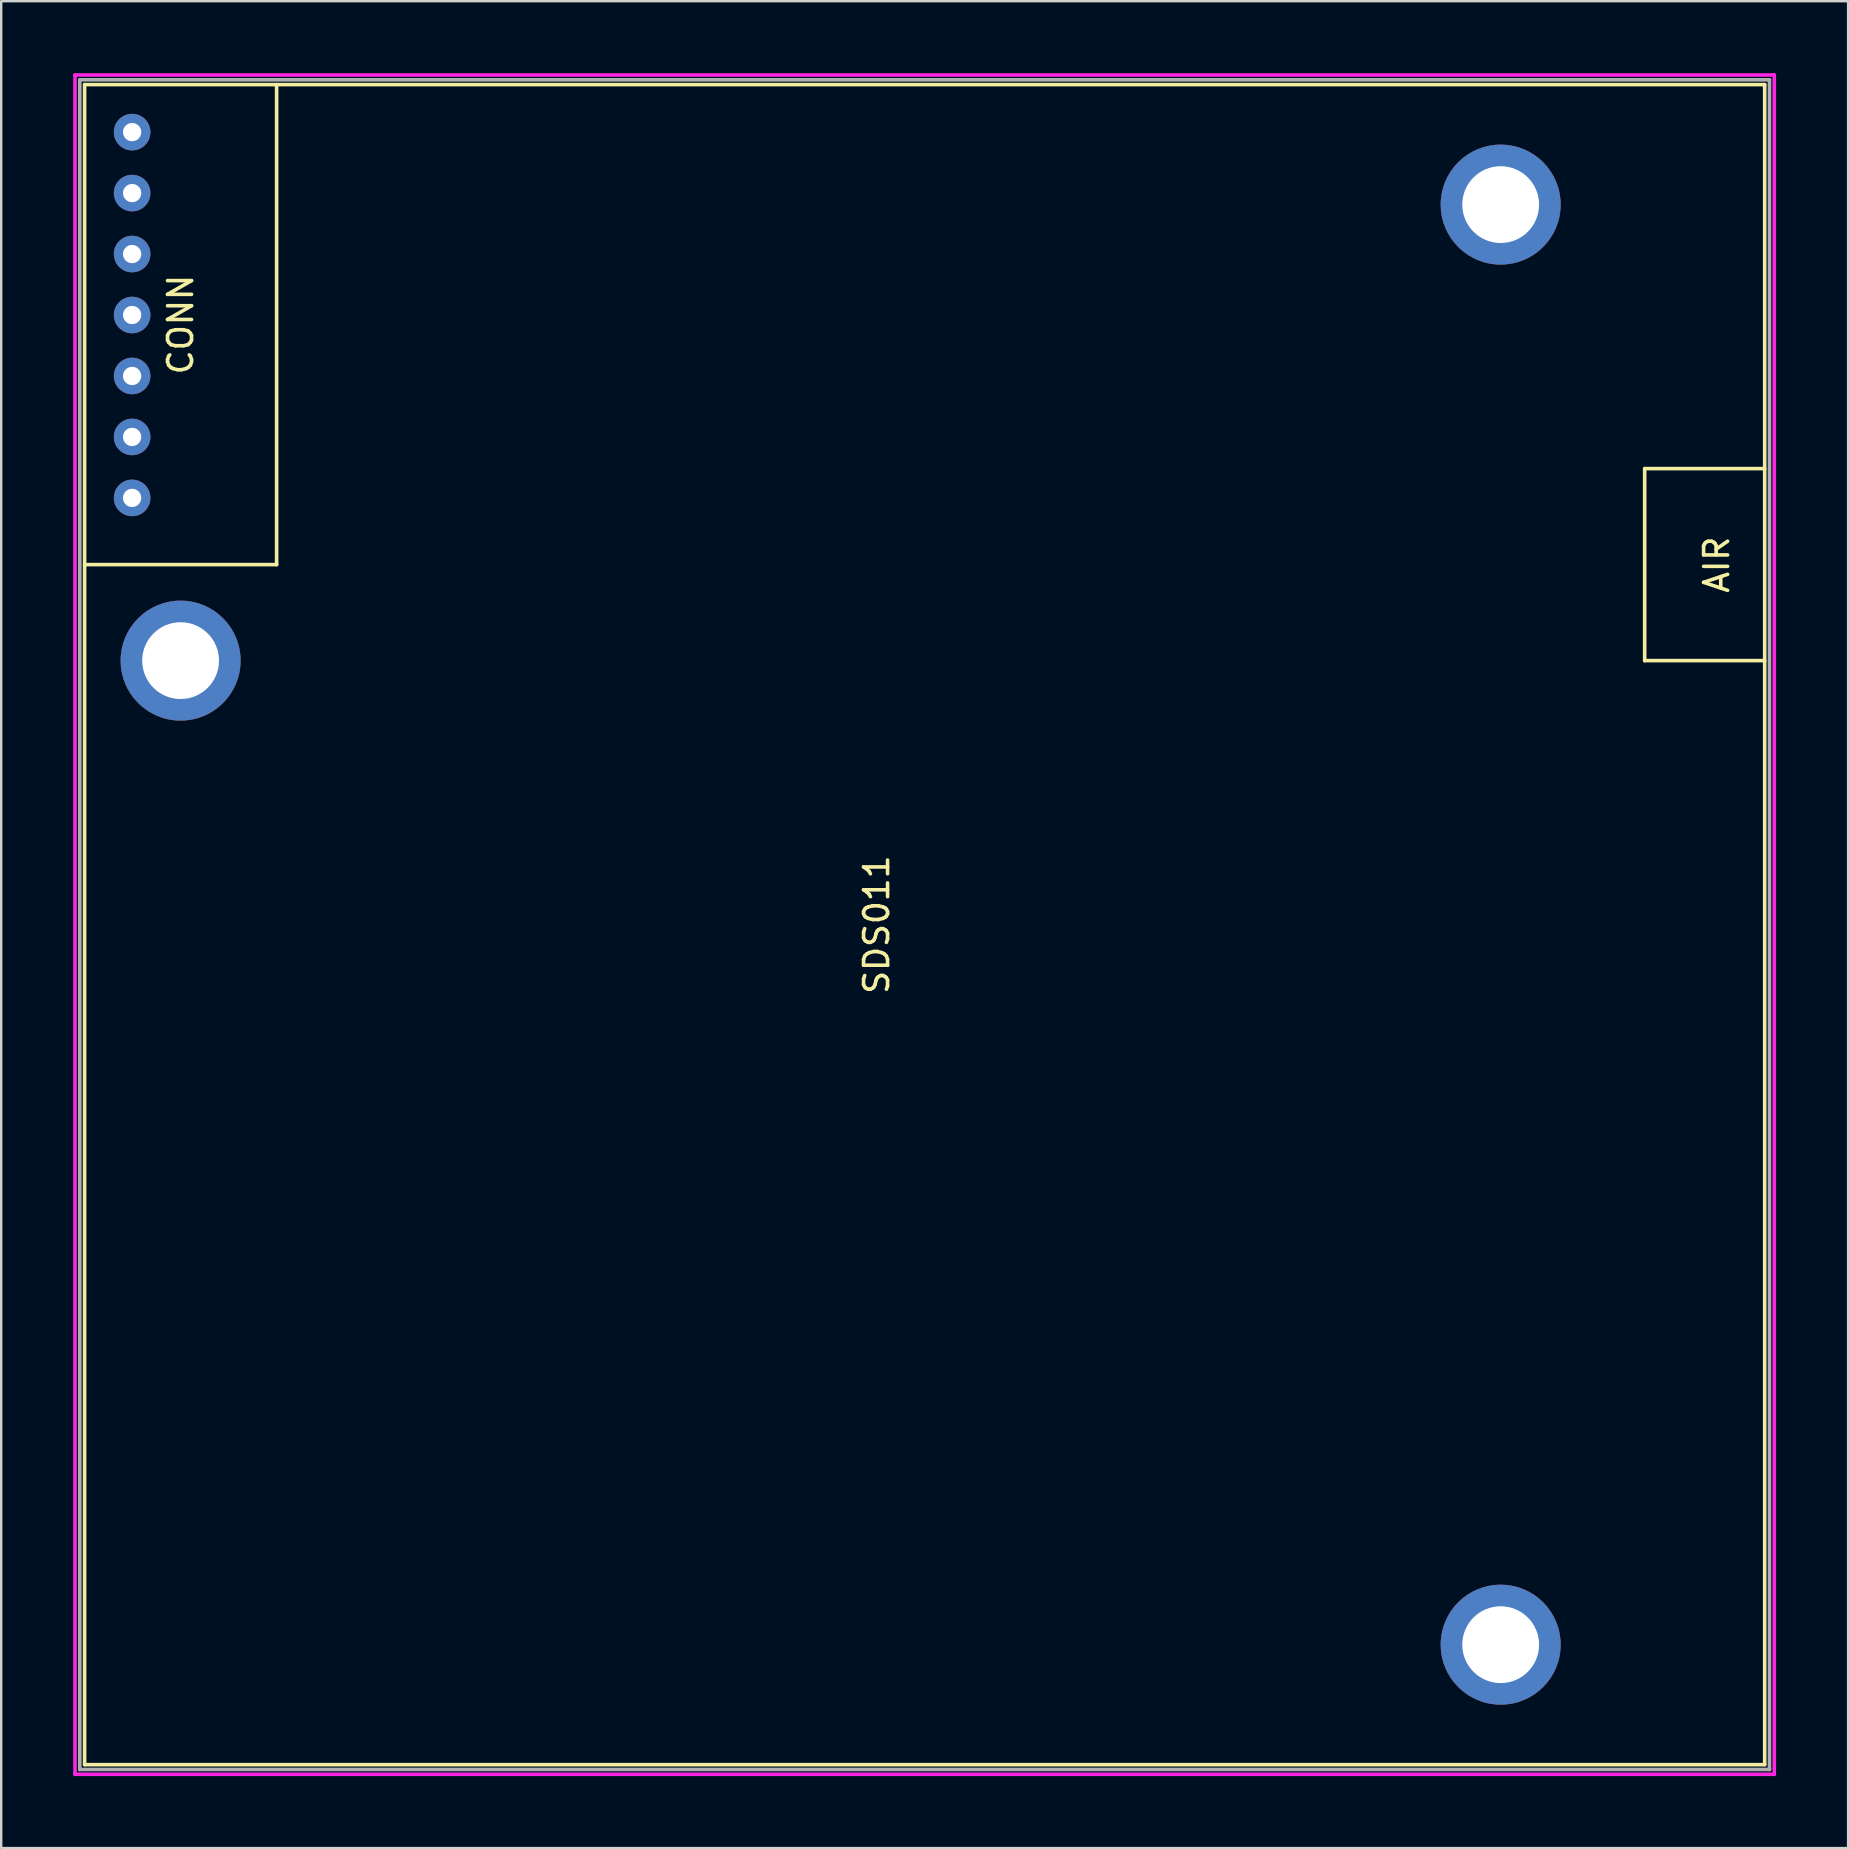
<source format=kicad_pcb>
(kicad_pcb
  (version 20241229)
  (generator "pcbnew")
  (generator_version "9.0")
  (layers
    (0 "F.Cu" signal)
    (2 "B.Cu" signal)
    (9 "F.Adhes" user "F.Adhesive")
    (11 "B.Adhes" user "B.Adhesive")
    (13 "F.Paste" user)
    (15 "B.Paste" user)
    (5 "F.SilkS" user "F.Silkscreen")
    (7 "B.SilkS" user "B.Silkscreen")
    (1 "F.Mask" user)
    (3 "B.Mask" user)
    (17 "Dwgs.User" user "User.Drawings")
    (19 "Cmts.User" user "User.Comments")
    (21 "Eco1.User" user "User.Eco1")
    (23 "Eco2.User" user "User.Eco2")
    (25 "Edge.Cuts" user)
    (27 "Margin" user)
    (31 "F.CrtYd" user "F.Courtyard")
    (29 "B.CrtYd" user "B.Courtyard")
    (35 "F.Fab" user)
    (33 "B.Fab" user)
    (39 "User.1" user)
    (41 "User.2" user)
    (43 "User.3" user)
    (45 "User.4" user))
  (footprint "SDS011"
    (layer "F.Cu")
    (at 35.475 35.475)
    (property "Reference" "SDS011" (at -2 0 90) (layer "F.SilkS") (effects (font (size 1 1) (thickness 0.15))))
    (attr through_hole)
    (fp_line (start -35 -35) (end 35 -35) (stroke (width 0.15) (type solid)) (layer "F.SilkS"))
    (fp_line (start -35 35) (end -35 -35) (stroke (width 0.15) (type solid)) (layer "F.SilkS"))
    (fp_line (start -27 -35) (end -27 -15) (stroke (width 0.15) (type solid)) (layer "F.SilkS"))
    (fp_line (start -27 -15) (end -35 -15) (stroke (width 0.15) (type solid)) (layer "F.SilkS"))
    (fp_line (start 30 -19) (end 35 -19) (stroke (width 0.15) (type solid)) (layer "F.SilkS"))
    (fp_line (start 30 -11) (end 30 -19) (stroke (width 0.15) (type solid)) (layer "F.SilkS"))
    (fp_line (start 35 -35) (end 35 35) (stroke (width 0.15) (type solid)) (layer "F.SilkS"))
    (fp_line (start 35 -11) (end 30 -11) (stroke (width 0.15) (type solid)) (layer "F.SilkS"))
    (fp_line (start 35 35) (end -35 35) (stroke (width 0.15) (type solid)) (layer "F.SilkS"))
    (fp_line (start -35.4 -35.4) (end 35.4 -35.4) (stroke (width 0.15) (type solid)) (layer "F.CrtYd"))
    (fp_line (start -35.4 35.4) (end -35.4 -35.4) (stroke (width 0.15) (type solid)) (layer "F.CrtYd"))
    (fp_line (start 35.4 -35.4) (end 35.4 35.4) (stroke (width 0.15) (type solid)) (layer "F.CrtYd"))
    (fp_line (start 35.4 35.4) (end -35.4 35.4) (stroke (width 0.15) (type solid)) (layer "F.CrtYd"))
    (fp_line (start -35.2 -35.2) (end -35.2 35.2) (stroke (width 0.15) (type solid)) (layer "F.Fab"))
    (fp_line (start -35.2 35.2) (end 35.2 35.2) (stroke (width 0.15) (type solid)) (layer "F.Fab"))
    (fp_line (start 35.2 -35.2) (end -35.2 -35.2) (stroke (width 0.15) (type solid)) (layer "F.Fab"))
    (fp_line (start 35.2 35.2) (end 35.2 -35.2) (stroke (width 0.15) (type solid)) (layer "F.Fab"))
    (fp_text user "CONN" (at -31 -25 90) (layer "F.SilkS") (effects (font (size 1 1) (thickness 0.15))))
    (fp_text user "AIR" (at 33 -15 90) (layer "F.SilkS") (effects (font (size 1 1) (thickness 0.15))))
    (pad "" np_thru_hole circle (at -31 -11 90) (size 5 5) (drill 3.2) (layers "*.Cu" "*.Mask"))
    (pad "" np_thru_hole circle (at 24 -30 90) (size 5 5) (drill 3.2) (layers "*.Cu" "*.Mask"))
    (pad "" np_thru_hole circle (at 24 30 90) (size 5 5) (drill 3.2) (layers "*.Cu" "*.Mask"))
    (pad "1" thru_hole circle (at -33.02 -33.02) (size 1.524 1.524) (drill 0.762) (layers "*.Cu" "*.Mask"))
    (pad "2" thru_hole circle (at -33.02 -30.48) (size 1.524 1.524) (drill 0.762) (layers "*.Cu" "*.Mask"))
    (pad "3" thru_hole circle (at -33.02 -27.94) (size 1.524 1.524) (drill 0.762) (layers "*.Cu" "*.Mask"))
    (pad "4" thru_hole circle (at -33.02 -25.4) (size 1.524 1.524) (drill 0.762) (layers "*.Cu" "*.Mask"))
    (pad "5" thru_hole circle (at -33.02 -22.86) (size 1.524 1.524) (drill 0.762) (layers "*.Cu" "*.Mask"))
    (pad "6" thru_hole circle (at -33.02 -20.32) (size 1.524 1.524) (drill 0.762) (layers "*.Cu" "*.Mask"))
    (pad "7" thru_hole circle (at -33.02 -17.78) (size 1.524 1.524) (drill 0.762) (layers "*.Cu" "*.Mask")))
  (gr_rect
    (start -3 -3)
    (end 73.95 73.95)
    (stroke (width 0.1) (type default))
    (fill no)
    (layer "Edge.Cuts")))
</source>
